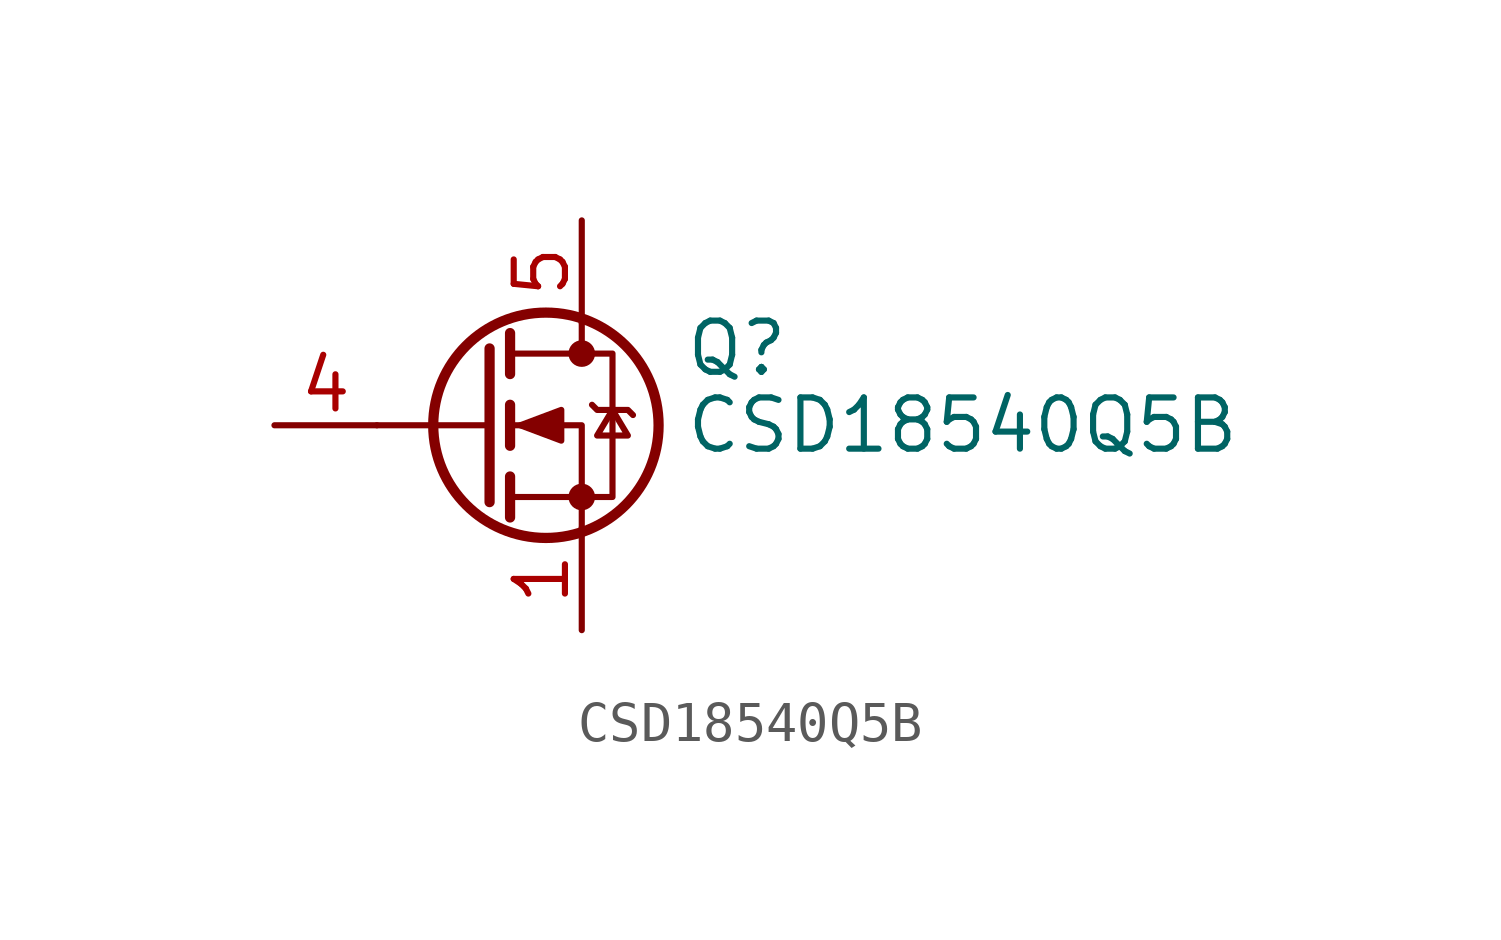
<source format=kicad_sym>
(kicad_symbol_lib
  (version 20220914)
  (generator kicad_symbol_editor)
  (symbol "CSD18540Q5B"
    (pin_names hide)
    (property "Reference" "Q"
      (at 5.08 1.905 0)
      (effects (font (size 1.27 1.27)) (justify left)))
    (property "Value" "CSD18540Q5B"
      (at 5.08 0 0)
      (effects (font (size 1.27 1.27)) (justify left)))
    (symbol "CSD18540Q5B_0_1"
      (polyline (pts (xy 0.254 0) (xy -2.54 0)) (stroke (width 0) (type default)) (fill (type none)))
      (polyline (pts (xy 0.254 1.905) (xy 0.254 -1.905)) (stroke (width 0.254) (type default)) (fill (type none)))
      (polyline (pts (xy 0.762 -1.27) (xy 0.762 -2.286)) (stroke (width 0.254) (type default)) (fill (type none)))
      (polyline (pts (xy 0.762 0.508) (xy 0.762 -0.508)) (stroke (width 0.254) (type default)) (fill (type none)))
      (polyline (pts (xy 0.762 2.286) (xy 0.762 1.27)) (stroke (width 0.254) (type default)) (fill (type none)))
      (polyline (pts (xy 2.54 2.54) (xy 2.54 1.778)) (stroke (width 0) (type default)) (fill (type none)))
      (polyline (pts (xy 2.54 -2.54) (xy 2.54 0) (xy 0.762 0)) (stroke (width 0) (type default)) (fill (type none)))
      (polyline (pts (xy 0.762 -1.778) (xy 3.302 -1.778) (xy 3.302 1.778) (xy 0.762 1.778)) (stroke (width 0) (type default)) (fill (type none)))
      (polyline (pts (xy 1.016 0) (xy 2.032 0.381) (xy 2.032 -0.381) (xy 1.016 0)) (stroke (width 0) (type default)) (fill (type outline)))
      (polyline (pts (xy 2.794 0.508) (xy 2.921 0.381) (xy 3.683 0.381) (xy 3.81 0.254)) (stroke (width 0) (type default)) (fill (type none)))
      (polyline (pts (xy 3.302 0.381) (xy 2.921 -0.254) (xy 3.683 -0.254) (xy 3.302 0.381)) (stroke (width 0) (type default)) (fill (type none)))
      (circle (center 1.651 0) (radius 2.794) (stroke (width 0.254) (type default)) (fill (type none)))
      (circle (center 2.54 -1.778) (radius 0.254) (stroke (width 0) (type default)) (fill (type outline)))
      (circle (center 2.54 1.778) (radius 0.254) (stroke (width 0) (type default)) (fill (type outline))))
    (symbol "CSD18540Q5B_1_1"
      (pin passive line (at 2.54 -5.08 90) (length 2.54) (name "S" (effects (font (size 1.27 1.27)))) (number "1" (effects (font (size 1.27 1.27)))))
      (pin passive line (at 2.54 -5.08 90) (length 2.54) hide (name "S" (effects (font (size 1.27 1.27)))) (number "2" (effects (font (size 1.27 1.27)))))
      (pin passive line (at 2.54 -5.08 90) (length 2.54) hide (name "S" (effects (font (size 1.27 1.27)))) (number "3" (effects (font (size 1.27 1.27)))))
      (pin passive line (at -5.08 0 0) (length 2.54) (name "G" (effects (font (size 1.27 1.27)))) (number "4" (effects (font (size 1.27 1.27)))))
      (pin passive line (at 2.54 5.08 270) (length 2.54) (name "D" (effects (font (size 1.27 1.27)))) (number "5" (effects (font (size 1.27 1.27))))))))
</source>
